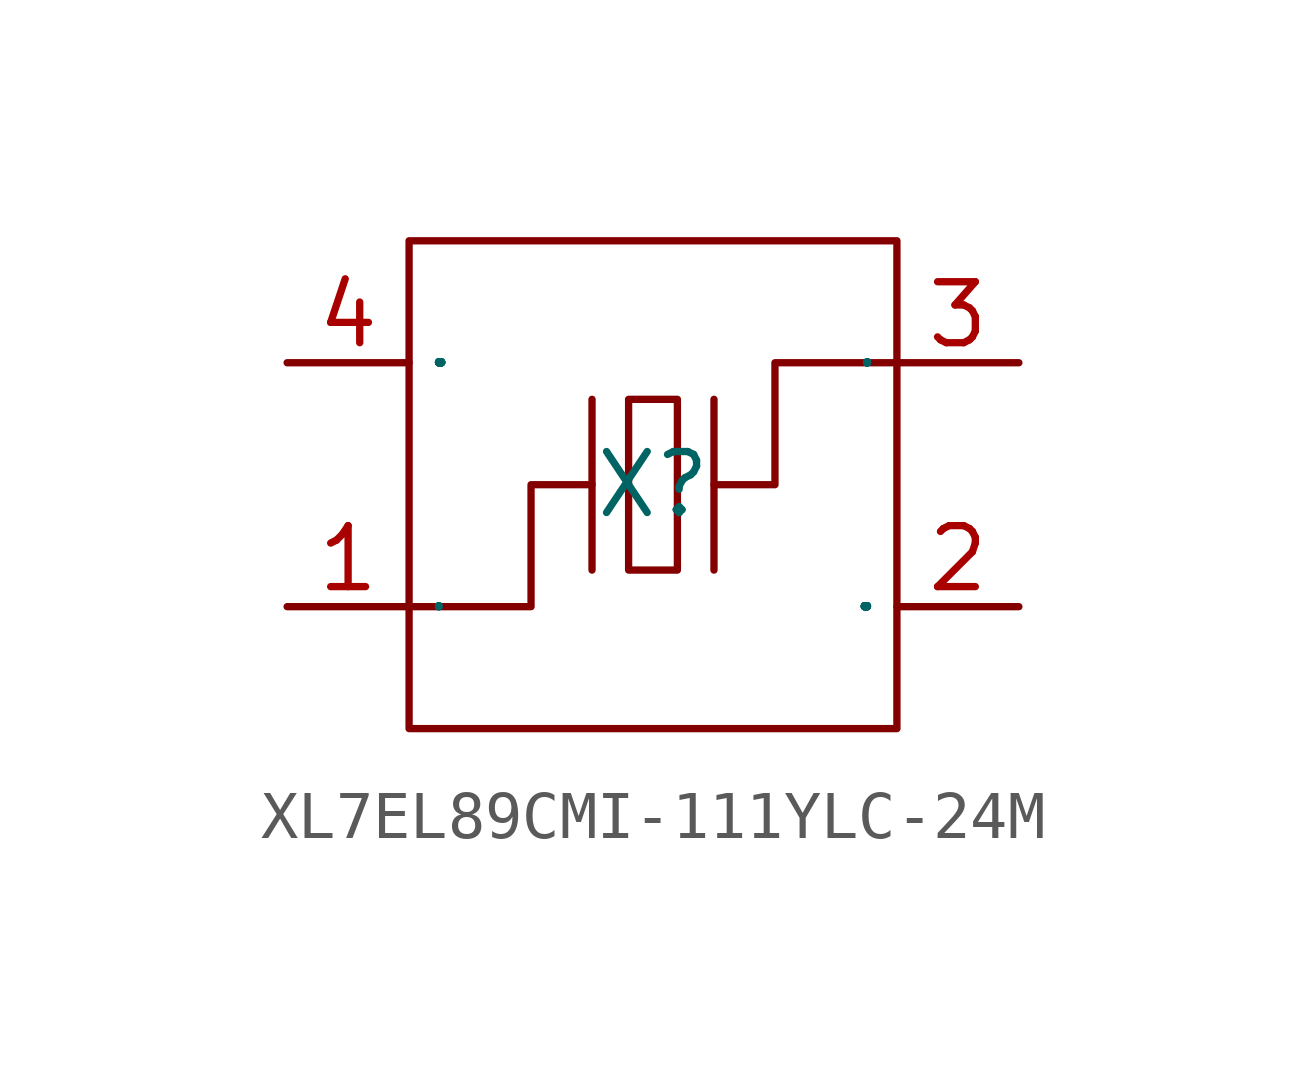
<source format=kicad_sym>
(kicad_symbol_lib
  (version 20241209)
  (generator "kicad_symbol_editor")
  (generator_version "9.0")
  (symbol "XL7EL89CMI-111YLC-24M"
    (property "Reference" "X"
      (at 0 0 0)
      (effects (font (size 1.27 1.27))))
    (symbol "XL7EL89CMI-111YLC-24M_1_0"
      (rectangle (start -5.08 5.08) (end 5.08 -5.08) (stroke (width 0) (type default)) (fill (type none)))
      (polyline (pts (xy -5.08 -2.54) (xy -2.54 -2.54) (xy -2.54 -2.54) (xy -2.54 0) (xy -2.54 0) (xy -1.27 0)) (stroke (width 0) (type default)) (fill (type none)))
      (polyline (pts (xy -1.27 -1.778) (xy -1.27 1.778)) (stroke (width 0) (type default)) (fill (type none)))
      (rectangle (start -0.508 1.778) (end 0.508 -1.778) (stroke (width 0) (type default)) (fill (type none)))
      (polyline (pts (xy 1.27 -1.778) (xy 1.27 1.778)) (stroke (width 0) (type default)) (fill (type none)))
      (polyline (pts (xy 5.08 2.54) (xy 2.54 2.54) (xy 2.54 2.54) (xy 2.54 0) (xy 2.54 0) (xy 1.27 0)) (stroke (width 0) (type default)) (fill (type none)))
      (pin input line (at -7.62 2.54 0) (length 2.54) (name "GND" (effects (font (size 0.025 0.025)))) (number "4" (effects (font (size 1.27 1.27)))))
      (pin input line (at -7.62 -2.54 0) (length 2.54) (name "1" (effects (font (size 0.025 0.025)))) (number "1" (effects (font (size 1.27 1.27)))))
      (pin input line (at 7.62 2.54 180) (length 2.54) (name "3" (effects (font (size 0.025 0.025)))) (number "3" (effects (font (size 1.27 1.27)))))
      (pin input line (at 7.62 -2.54 180) (length 2.54) (name "GND" (effects (font (size 0.025 0.025)))) (number "2" (effects (font (size 1.27 1.27))))))))
</source>
